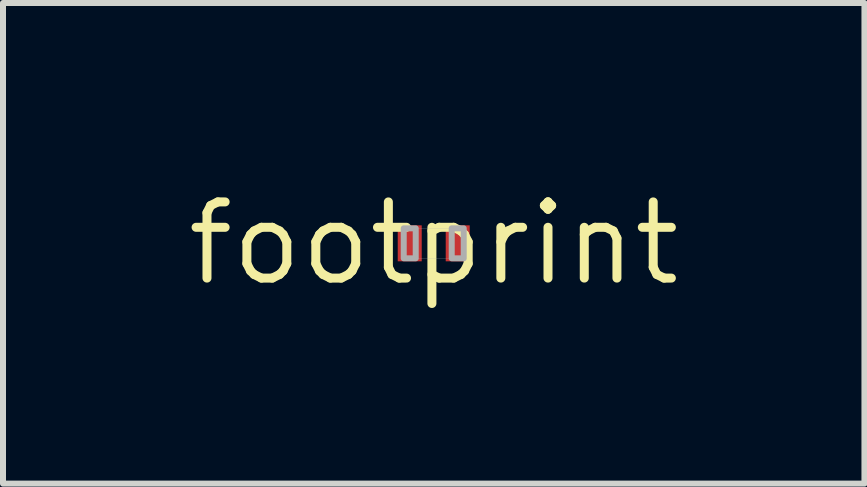
<source format=kicad_pcb>
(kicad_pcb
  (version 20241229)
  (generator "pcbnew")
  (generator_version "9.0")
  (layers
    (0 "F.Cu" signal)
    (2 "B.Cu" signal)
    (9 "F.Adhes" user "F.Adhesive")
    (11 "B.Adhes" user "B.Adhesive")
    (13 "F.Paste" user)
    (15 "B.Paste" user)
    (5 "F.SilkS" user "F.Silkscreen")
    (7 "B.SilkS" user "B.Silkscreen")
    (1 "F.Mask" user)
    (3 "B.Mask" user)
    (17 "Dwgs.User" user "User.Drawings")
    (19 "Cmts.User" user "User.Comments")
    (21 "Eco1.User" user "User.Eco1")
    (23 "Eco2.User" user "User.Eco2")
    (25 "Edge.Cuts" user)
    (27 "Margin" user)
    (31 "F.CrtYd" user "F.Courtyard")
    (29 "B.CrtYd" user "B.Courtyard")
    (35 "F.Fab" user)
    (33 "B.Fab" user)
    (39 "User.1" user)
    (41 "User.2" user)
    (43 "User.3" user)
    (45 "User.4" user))
  (footprint "footprint"
    (layer "F.Cu")
    (at 4.18 1.006)
    (property "Reference" "footprint" (at 0 0 0) (layer "F.SilkS") (effects (font (size 1.27 1.27) (thickness 0.15))))
    (fp_poly (pts (xy -0.6 0.3) (xy -0.2 0.3) (xy -0.2 -0.3) (xy -0.6 -0.3)) (stroke (width 0) (type solid)) (fill yes) (layer "F.Mask"))
    (fp_poly (pts (xy 0.2 0.3) (xy 0.6 0.3) (xy 0.6 -0.3) (xy 0.2 -0.3)) (stroke (width 0) (type solid)) (fill yes) (layer "F.Mask"))
    (fp_line (start -0.5 -0.25) (end 0.5 -0.25) (stroke (width 0.003) (type solid)) (layer "F.Fab"))
    (fp_line (start -0.5 0.25) (end -0.5 -0.25) (stroke (width 0.003) (type solid)) (layer "F.Fab"))
    (fp_line (start 0.5 -0.25) (end 0.5 0.25) (stroke (width 0.003) (type solid)) (layer "F.Fab"))
    (fp_line (start 0.5 0.25) (end -0.5 0.25) (stroke (width 0.003) (type solid)) (layer "F.Fab"))
    (fp_poly (pts (xy -0.5 0.25) (xy -0.3 0.25) (xy -0.3 -0.25) (xy -0.5 -0.25)) (stroke (width 0.1) (type solid)) (fill no) (layer "F.Fab"))
    (fp_poly (pts (xy 0.5 -0.25) (xy 0.3 -0.25) (xy 0.3 0.25) (xy 0.5 0.25)) (stroke (width 0.1) (type solid)) (fill no) (layer "F.Fab"))
    (pad "P$1" smd rect (at -0.4 0) (size 0.4 0.6) (layers "F.Cu" "F.Paste"))
    (pad "P$2" smd rect (at 0.4 0) (size 0.4 0.6) (layers "F.Cu" "F.Paste")))
  (gr_rect
    (start -3 -3)
    (end 11.36 5.012)
    (stroke (width 0.1) (type default))
    (fill no)
    (layer "Edge.Cuts")))
</source>
